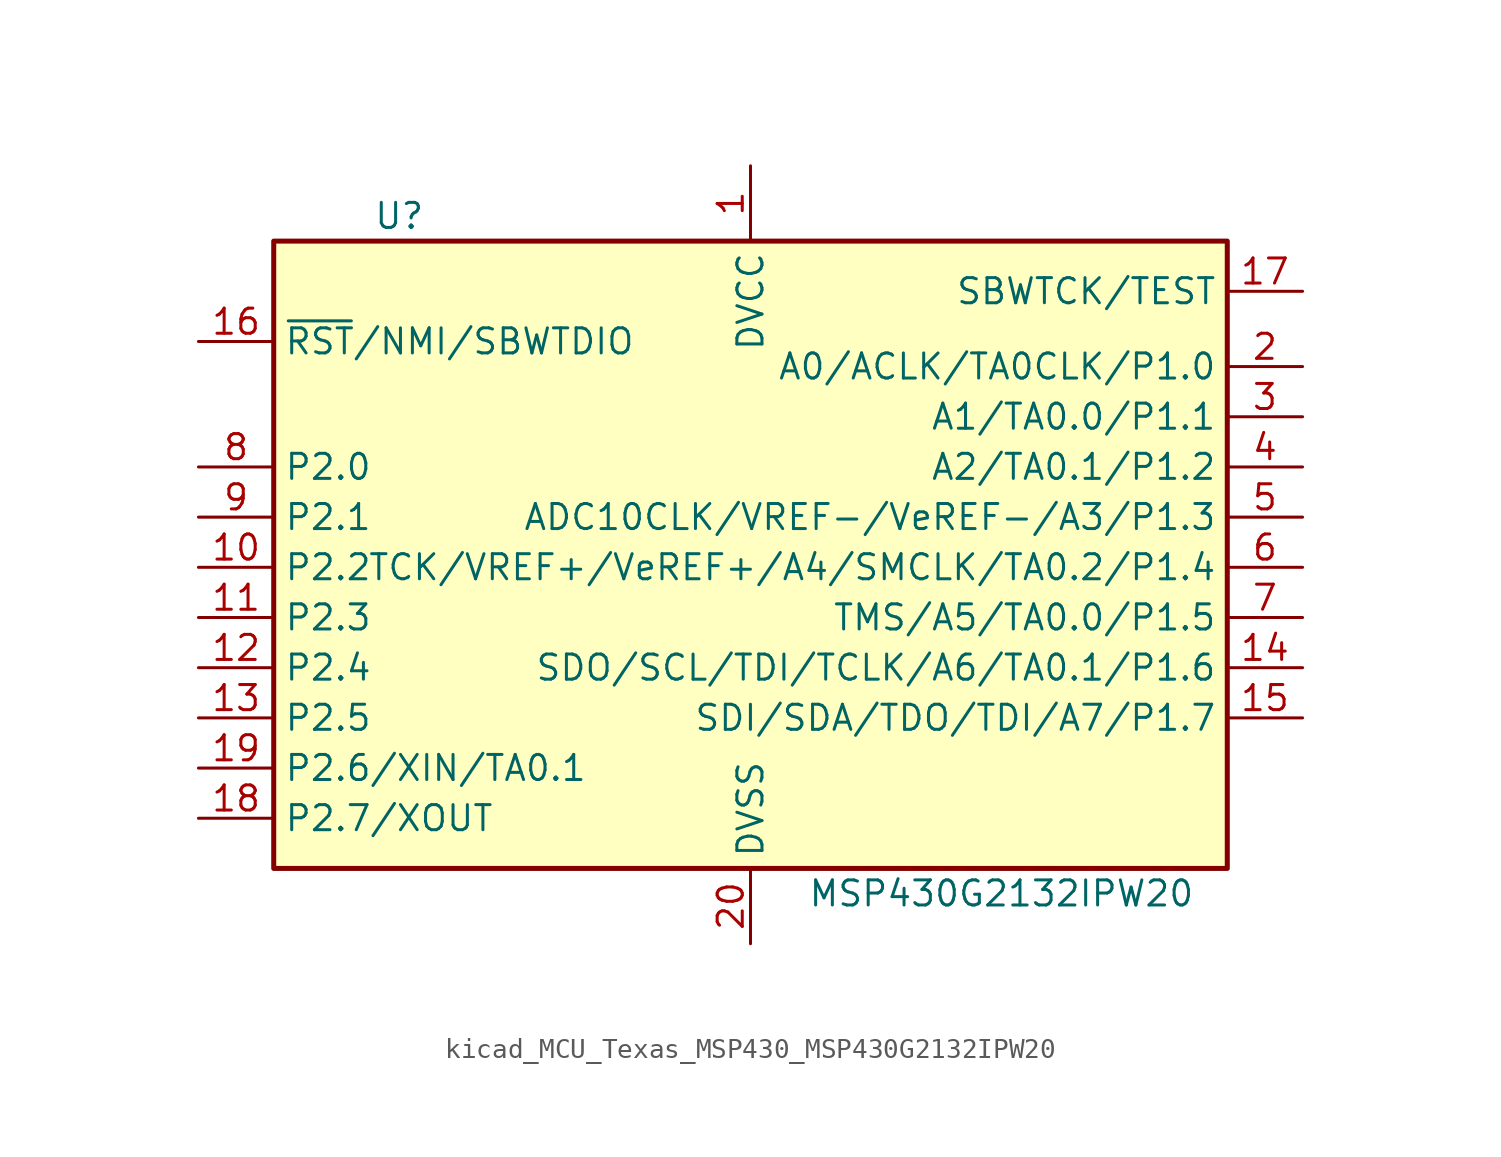
<source format=kicad_sym>
(kicad_symbol_lib
  (version 20220914)
  (generator kicad_symbol_editor)
  (symbol "kicad_MCU_Texas_MSP430_MSP430G2132IPW20"
    (property "Reference" "U"
      (at -17.78 17.78 0)
      (effects (font (size 1.27 1.27))))
    (property "Value" "MSP430G2132IPW20"
      (at 12.7 -16.51 0)
      (effects (font (size 1.27 1.27))))
    (symbol "kicad_MCU_Texas_MSP430_MSP430G2132IPW20_0_1"
      (rectangle (start -24.13 16.51) (end 24.13 -15.24) (stroke (width 0.254) (type default)) (fill (type background))))
    (symbol "kicad_MCU_Texas_MSP430_MSP430G2132IPW20_1_1"
      (pin power_in line (at 0 20.32 270) (length 3.81) (name "DVCC" (effects (font (size 1.27 1.27)))) (number "1" (effects (font (size 1.27 1.27)))))
      (pin bidirectional line (at -27.94 0 0) (length 3.81) (name "P2.2" (effects (font (size 1.27 1.27)))) (number "10" (effects (font (size 1.27 1.27)))))
      (pin bidirectional line (at -27.94 -2.54 0) (length 3.81) (name "P2.3" (effects (font (size 1.27 1.27)))) (number "11" (effects (font (size 1.27 1.27)))))
      (pin bidirectional line (at -27.94 -5.08 0) (length 3.81) (name "P2.4" (effects (font (size 1.27 1.27)))) (number "12" (effects (font (size 1.27 1.27)))))
      (pin bidirectional line (at -27.94 -7.62 0) (length 3.81) (name "P2.5" (effects (font (size 1.27 1.27)))) (number "13" (effects (font (size 1.27 1.27)))))
      (pin bidirectional line (at 27.94 -5.08 180) (length 3.81) (name "SDO/SCL/TDI/TCLK/A6/TA0.1/P1.6" (effects (font (size 1.27 1.27)))) (number "14" (effects (font (size 1.27 1.27)))))
      (pin bidirectional line (at 27.94 -7.62 180) (length 3.81) (name "SDI/SDA/TDO/TDI/A7/P1.7" (effects (font (size 1.27 1.27)))) (number "15" (effects (font (size 1.27 1.27)))))
      (pin input line (at -27.94 11.43 0) (length 3.81) (name "~{RST}/NMI/SBWTDIO" (effects (font (size 1.27 1.27)))) (number "16" (effects (font (size 1.27 1.27)))))
      (pin input line (at 27.94 13.97 180) (length 3.81) (name "SBWTCK/TEST" (effects (font (size 1.27 1.27)))) (number "17" (effects (font (size 1.27 1.27)))))
      (pin bidirectional line (at -27.94 -12.7 0) (length 3.81) (name "P2.7/XOUT" (effects (font (size 1.27 1.27)))) (number "18" (effects (font (size 1.27 1.27)))))
      (pin bidirectional line (at -27.94 -10.16 0) (length 3.81) (name "P2.6/XIN/TA0.1" (effects (font (size 1.27 1.27)))) (number "19" (effects (font (size 1.27 1.27)))))
      (pin bidirectional line (at 27.94 10.16 180) (length 3.81) (name "A0/ACLK/TA0CLK/P1.0" (effects (font (size 1.27 1.27)))) (number "2" (effects (font (size 1.27 1.27)))))
      (pin power_in line (at 0 -19.05 90) (length 3.81) (name "DVSS" (effects (font (size 1.27 1.27)))) (number "20" (effects (font (size 1.27 1.27)))))
      (pin bidirectional line (at 27.94 7.62 180) (length 3.81) (name "A1/TA0.0/P1.1" (effects (font (size 1.27 1.27)))) (number "3" (effects (font (size 1.27 1.27)))))
      (pin bidirectional line (at 27.94 5.08 180) (length 3.81) (name "A2/TA0.1/P1.2" (effects (font (size 1.27 1.27)))) (number "4" (effects (font (size 1.27 1.27)))))
      (pin bidirectional line (at 27.94 2.54 180) (length 3.81) (name "ADC10CLK/VREF-/VeREF-/A3/P1.3" (effects (font (size 1.27 1.27)))) (number "5" (effects (font (size 1.27 1.27)))))
      (pin bidirectional line (at 27.94 0 180) (length 3.81) (name "TCK/VREF+/VeREF+/A4/SMCLK/TA0.2/P1.4" (effects (font (size 1.27 1.27)))) (number "6" (effects (font (size 1.27 1.27)))))
      (pin bidirectional line (at 27.94 -2.54 180) (length 3.81) (name "TMS/A5/TA0.0/P1.5" (effects (font (size 1.27 1.27)))) (number "7" (effects (font (size 1.27 1.27)))))
      (pin bidirectional line (at -27.94 5.08 0) (length 3.81) (name "P2.0" (effects (font (size 1.27 1.27)))) (number "8" (effects (font (size 1.27 1.27)))))
      (pin bidirectional line (at -27.94 2.54 0) (length 3.81) (name "P2.1" (effects (font (size 1.27 1.27)))) (number "9" (effects (font (size 1.27 1.27))))))))
</source>
